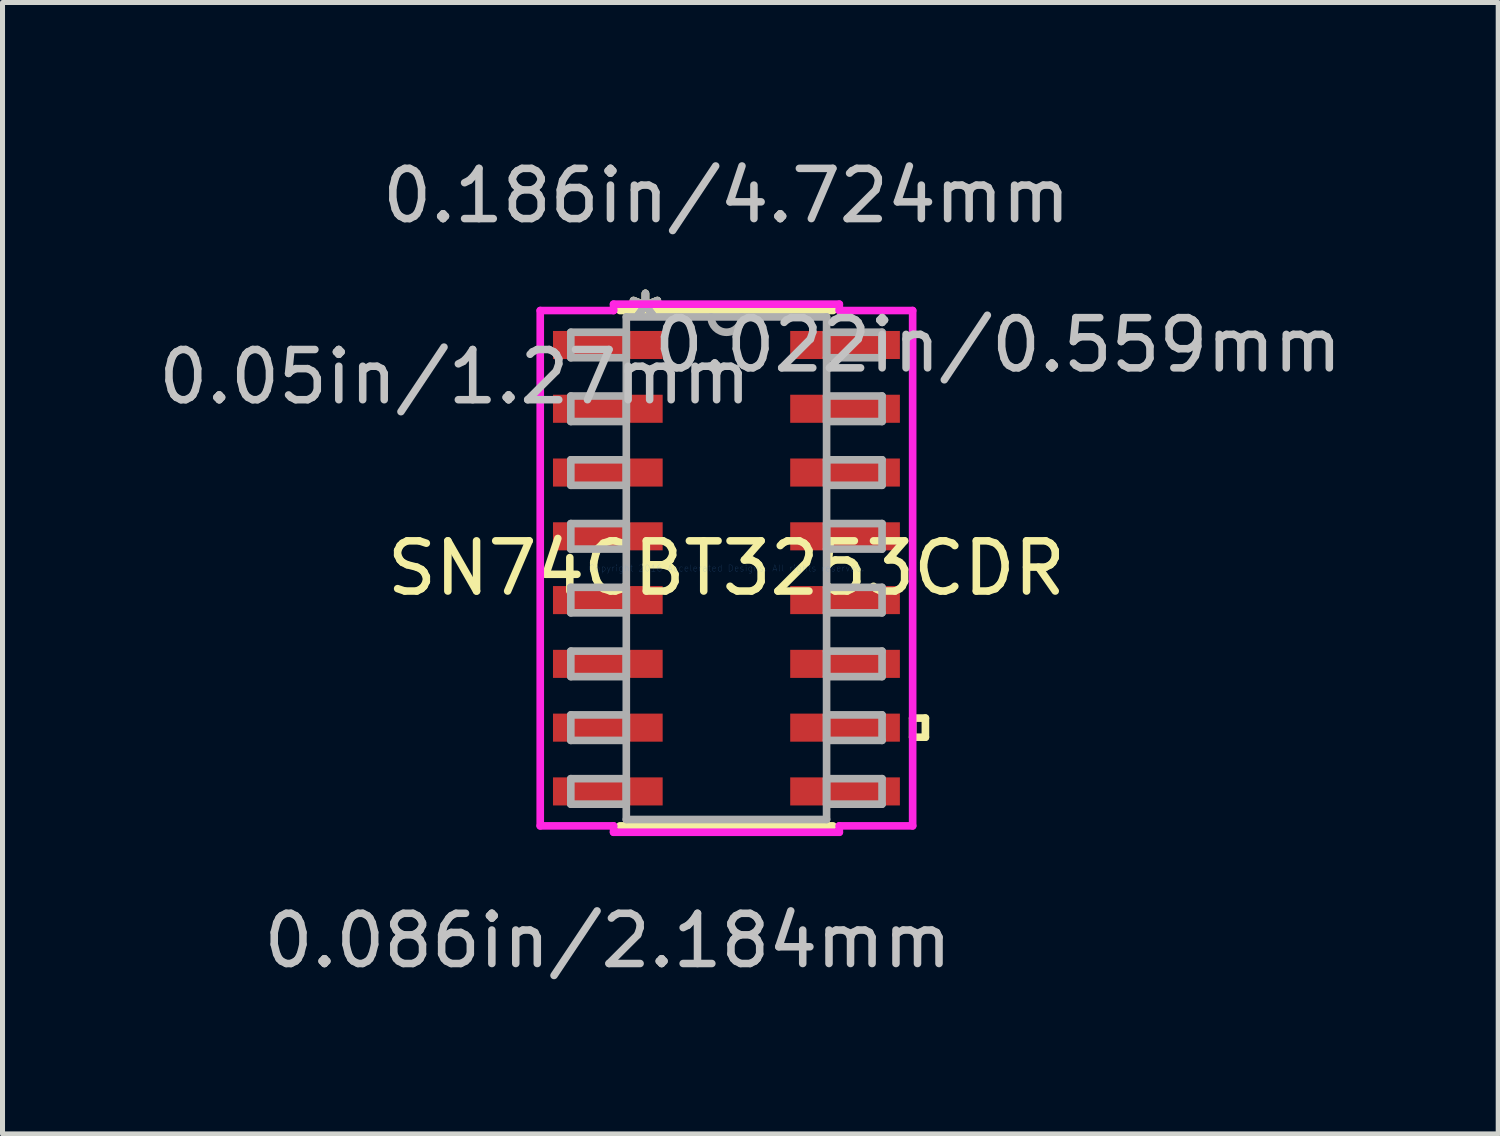
<source format=kicad_pcb>
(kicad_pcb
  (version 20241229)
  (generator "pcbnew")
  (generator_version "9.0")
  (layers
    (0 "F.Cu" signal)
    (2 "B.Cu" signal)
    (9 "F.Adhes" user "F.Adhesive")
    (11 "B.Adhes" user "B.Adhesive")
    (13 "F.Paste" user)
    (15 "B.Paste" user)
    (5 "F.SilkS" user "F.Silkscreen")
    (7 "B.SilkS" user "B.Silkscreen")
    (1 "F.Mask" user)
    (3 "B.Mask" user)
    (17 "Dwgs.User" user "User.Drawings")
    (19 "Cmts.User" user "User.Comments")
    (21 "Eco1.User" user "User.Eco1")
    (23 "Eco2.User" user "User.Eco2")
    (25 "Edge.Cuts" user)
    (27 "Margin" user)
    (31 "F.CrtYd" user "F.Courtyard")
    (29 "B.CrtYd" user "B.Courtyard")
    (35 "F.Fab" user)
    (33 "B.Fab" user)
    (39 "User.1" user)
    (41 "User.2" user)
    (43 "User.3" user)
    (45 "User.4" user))
  (footprint "SN74CBT3253CDR"
    (layer "F.Cu")
    (at 11.416 8.265)
    (property "Reference" "SN74CBT3253CDR" (at 0 0 0) (layer "F.SilkS") (effects (font (size 1 1) (thickness 0.15))))
    (attr through_hole)
    (fp_line (start -2.121 5.131) (end 2.121 5.131) (stroke (width 0.152) (type solid)) (layer "F.SilkS"))
    (fp_line (start 2.121 -5.131) (end -2.121 -5.131) (stroke (width 0.152) (type solid)) (layer "F.SilkS"))
    (fp_line (start 3.708 2.985) (end 3.962 2.985) (stroke (width 0.152) (type solid)) (layer "F.SilkS"))
    (fp_line (start 3.708 3.365) (end 3.708 2.985) (stroke (width 0.152) (type solid)) (layer "F.SilkS"))
    (fp_line (start 3.962 2.985) (end 3.962 3.365) (stroke (width 0.152) (type solid)) (layer "F.SilkS"))
    (fp_line (start 3.962 3.365) (end 3.708 3.365) (stroke (width 0.152) (type solid)) (layer "F.SilkS"))
    (fp_line (start -3.708 -5.131) (end -2.248 -5.131) (stroke (width 0.152) (type solid)) (layer "F.CrtYd"))
    (fp_line (start -3.708 5.131) (end -3.708 -5.131) (stroke (width 0.152) (type solid)) (layer "F.CrtYd"))
    (fp_line (start -2.248 -5.258) (end 2.248 -5.258) (stroke (width 0.152) (type solid)) (layer "F.CrtYd"))
    (fp_line (start -2.248 -5.131) (end -2.248 -5.258) (stroke (width 0.152) (type solid)) (layer "F.CrtYd"))
    (fp_line (start -2.248 5.131) (end -3.708 5.131) (stroke (width 0.152) (type solid)) (layer "F.CrtYd"))
    (fp_line (start -2.248 5.258) (end -2.248 5.131) (stroke (width 0.152) (type solid)) (layer "F.CrtYd"))
    (fp_line (start 2.248 -5.258) (end 2.248 -5.131) (stroke (width 0.152) (type solid)) (layer "F.CrtYd"))
    (fp_line (start 2.248 -5.131) (end 3.708 -5.131) (stroke (width 0.152) (type solid)) (layer "F.CrtYd"))
    (fp_line (start 2.248 5.131) (end 2.248 5.258) (stroke (width 0.152) (type solid)) (layer "F.CrtYd"))
    (fp_line (start 2.248 5.258) (end -2.248 5.258) (stroke (width 0.152) (type solid)) (layer "F.CrtYd"))
    (fp_line (start 3.708 -5.131) (end 3.708 5.131) (stroke (width 0.152) (type solid)) (layer "F.CrtYd"))
    (fp_line (start 3.708 5.131) (end 2.248 5.131) (stroke (width 0.152) (type solid)) (layer "F.CrtYd"))
    (fp_line (start -3.099 -4.699) (end -3.099 -4.191) (stroke (width 0.152) (type solid)) (layer "F.Fab"))
    (fp_line (start -3.099 -4.191) (end -1.994 -4.191) (stroke (width 0.152) (type solid)) (layer "F.Fab"))
    (fp_line (start -3.099 -3.429) (end -3.099 -2.921) (stroke (width 0.152) (type solid)) (layer "F.Fab"))
    (fp_line (start -3.099 -2.921) (end -1.994 -2.921) (stroke (width 0.152) (type solid)) (layer "F.Fab"))
    (fp_line (start -3.099 -2.159) (end -3.099 -1.651) (stroke (width 0.152) (type solid)) (layer "F.Fab"))
    (fp_line (start -3.099 -1.651) (end -1.994 -1.651) (stroke (width 0.152) (type solid)) (layer "F.Fab"))
    (fp_line (start -3.099 -0.889) (end -3.099 -0.381) (stroke (width 0.152) (type solid)) (layer "F.Fab"))
    (fp_line (start -3.099 -0.381) (end -1.994 -0.381) (stroke (width 0.152) (type solid)) (layer "F.Fab"))
    (fp_line (start -3.099 0.381) (end -3.099 0.889) (stroke (width 0.152) (type solid)) (layer "F.Fab"))
    (fp_line (start -3.099 0.889) (end -1.994 0.889) (stroke (width 0.152) (type solid)) (layer "F.Fab"))
    (fp_line (start -3.099 1.651) (end -3.099 2.159) (stroke (width 0.152) (type solid)) (layer "F.Fab"))
    (fp_line (start -3.099 2.159) (end -1.994 2.159) (stroke (width 0.152) (type solid)) (layer "F.Fab"))
    (fp_line (start -3.099 2.921) (end -3.099 3.429) (stroke (width 0.152) (type solid)) (layer "F.Fab"))
    (fp_line (start -3.099 3.429) (end -1.994 3.429) (stroke (width 0.152) (type solid)) (layer "F.Fab"))
    (fp_line (start -3.099 4.191) (end -3.099 4.699) (stroke (width 0.152) (type solid)) (layer "F.Fab"))
    (fp_line (start -3.099 4.699) (end -1.994 4.699) (stroke (width 0.152) (type solid)) (layer "F.Fab"))
    (fp_line (start -1.994 -5.004) (end -1.994 5.004) (stroke (width 0.152) (type solid)) (layer "F.Fab"))
    (fp_line (start -1.994 -4.699) (end -3.099 -4.699) (stroke (width 0.152) (type solid)) (layer "F.Fab"))
    (fp_line (start -1.994 -4.191) (end -1.994 -4.699) (stroke (width 0.152) (type solid)) (layer "F.Fab"))
    (fp_line (start -1.994 -3.429) (end -3.099 -3.429) (stroke (width 0.152) (type solid)) (layer "F.Fab"))
    (fp_line (start -1.994 -2.921) (end -1.994 -3.429) (stroke (width 0.152) (type solid)) (layer "F.Fab"))
    (fp_line (start -1.994 -2.159) (end -3.099 -2.159) (stroke (width 0.152) (type solid)) (layer "F.Fab"))
    (fp_line (start -1.994 -1.651) (end -1.994 -2.159) (stroke (width 0.152) (type solid)) (layer "F.Fab"))
    (fp_line (start -1.994 -0.889) (end -3.099 -0.889) (stroke (width 0.152) (type solid)) (layer "F.Fab"))
    (fp_line (start -1.994 -0.381) (end -1.994 -0.889) (stroke (width 0.152) (type solid)) (layer "F.Fab"))
    (fp_line (start -1.994 0.381) (end -3.099 0.381) (stroke (width 0.152) (type solid)) (layer "F.Fab"))
    (fp_line (start -1.994 0.889) (end -1.994 0.381) (stroke (width 0.152) (type solid)) (layer "F.Fab"))
    (fp_line (start -1.994 1.651) (end -3.099 1.651) (stroke (width 0.152) (type solid)) (layer "F.Fab"))
    (fp_line (start -1.994 2.159) (end -1.994 1.651) (stroke (width 0.152) (type solid)) (layer "F.Fab"))
    (fp_line (start -1.994 2.921) (end -3.099 2.921) (stroke (width 0.152) (type solid)) (layer "F.Fab"))
    (fp_line (start -1.994 3.429) (end -1.994 2.921) (stroke (width 0.152) (type solid)) (layer "F.Fab"))
    (fp_line (start -1.994 4.191) (end -3.099 4.191) (stroke (width 0.152) (type solid)) (layer "F.Fab"))
    (fp_line (start -1.994 4.699) (end -1.994 4.191) (stroke (width 0.152) (type solid)) (layer "F.Fab"))
    (fp_line (start -1.994 5.004) (end 1.994 5.004) (stroke (width 0.152) (type solid)) (layer "F.Fab"))
    (fp_line (start 1.994 -5.004) (end -1.994 -5.004) (stroke (width 0.152) (type solid)) (layer "F.Fab"))
    (fp_line (start 1.994 -4.699) (end 1.994 -4.191) (stroke (width 0.152) (type solid)) (layer "F.Fab"))
    (fp_line (start 1.994 -4.191) (end 3.099 -4.191) (stroke (width 0.152) (type solid)) (layer "F.Fab"))
    (fp_line (start 1.994 -3.429) (end 1.994 -2.921) (stroke (width 0.152) (type solid)) (layer "F.Fab"))
    (fp_line (start 1.994 -2.921) (end 3.099 -2.921) (stroke (width 0.152) (type solid)) (layer "F.Fab"))
    (fp_line (start 1.994 -2.159) (end 1.994 -1.651) (stroke (width 0.152) (type solid)) (layer "F.Fab"))
    (fp_line (start 1.994 -1.651) (end 3.099 -1.651) (stroke (width 0.152) (type solid)) (layer "F.Fab"))
    (fp_line (start 1.994 -0.889) (end 1.994 -0.381) (stroke (width 0.152) (type solid)) (layer "F.Fab"))
    (fp_line (start 1.994 -0.381) (end 3.099 -0.381) (stroke (width 0.152) (type solid)) (layer "F.Fab"))
    (fp_line (start 1.994 0.381) (end 1.994 0.889) (stroke (width 0.152) (type solid)) (layer "F.Fab"))
    (fp_line (start 1.994 0.889) (end 3.099 0.889) (stroke (width 0.152) (type solid)) (layer "F.Fab"))
    (fp_line (start 1.994 1.651) (end 1.994 2.159) (stroke (width 0.152) (type solid)) (layer "F.Fab"))
    (fp_line (start 1.994 2.159) (end 3.099 2.159) (stroke (width 0.152) (type solid)) (layer "F.Fab"))
    (fp_line (start 1.994 2.921) (end 1.994 3.429) (stroke (width 0.152) (type solid)) (layer "F.Fab"))
    (fp_line (start 1.994 3.429) (end 3.099 3.429) (stroke (width 0.152) (type solid)) (layer "F.Fab"))
    (fp_line (start 1.994 4.191) (end 1.994 4.699) (stroke (width 0.152) (type solid)) (layer "F.Fab"))
    (fp_line (start 1.994 4.699) (end 3.099 4.699) (stroke (width 0.152) (type solid)) (layer "F.Fab"))
    (fp_line (start 1.994 5.004) (end 1.994 -5.004) (stroke (width 0.152) (type solid)) (layer "F.Fab"))
    (fp_line (start 3.099 -4.699) (end 1.994 -4.699) (stroke (width 0.152) (type solid)) (layer "F.Fab"))
    (fp_line (start 3.099 -4.191) (end 3.099 -4.699) (stroke (width 0.152) (type solid)) (layer "F.Fab"))
    (fp_line (start 3.099 -3.429) (end 1.994 -3.429) (stroke (width 0.152) (type solid)) (layer "F.Fab"))
    (fp_line (start 3.099 -2.921) (end 3.099 -3.429) (stroke (width 0.152) (type solid)) (layer "F.Fab"))
    (fp_line (start 3.099 -2.159) (end 1.994 -2.159) (stroke (width 0.152) (type solid)) (layer "F.Fab"))
    (fp_line (start 3.099 -1.651) (end 3.099 -2.159) (stroke (width 0.152) (type solid)) (layer "F.Fab"))
    (fp_line (start 3.099 -0.889) (end 1.994 -0.889) (stroke (width 0.152) (type solid)) (layer "F.Fab"))
    (fp_line (start 3.099 -0.381) (end 3.099 -0.889) (stroke (width 0.152) (type solid)) (layer "F.Fab"))
    (fp_line (start 3.099 0.381) (end 1.994 0.381) (stroke (width 0.152) (type solid)) (layer "F.Fab"))
    (fp_line (start 3.099 0.889) (end 3.099 0.381) (stroke (width 0.152) (type solid)) (layer "F.Fab"))
    (fp_line (start 3.099 1.651) (end 1.994 1.651) (stroke (width 0.152) (type solid)) (layer "F.Fab"))
    (fp_line (start 3.099 2.159) (end 3.099 1.651) (stroke (width 0.152) (type solid)) (layer "F.Fab"))
    (fp_line (start 3.099 2.921) (end 1.994 2.921) (stroke (width 0.152) (type solid)) (layer "F.Fab"))
    (fp_line (start 3.099 3.429) (end 3.099 2.921) (stroke (width 0.152) (type solid)) (layer "F.Fab"))
    (fp_line (start 3.099 4.191) (end 1.994 4.191) (stroke (width 0.152) (type solid)) (layer "F.Fab"))
    (fp_line (start 3.099 4.699) (end 3.099 4.191) (stroke (width 0.152) (type solid)) (layer "F.Fab"))
    (fp_arc (start 0.3048 -5.0038) (mid 0 -4.699) (end -0.3048 -5.0038) (stroke (width 0.1524) (type solid)) (layer "F.Fab"))
    (fp_text user "*" (at -1.613 -4.928 0) (layer "F.SilkS") (effects (font (size 1 1) (thickness 0.15))))
    (fp_text user "*" (at -1.613 -4.928 0) (layer "F.SilkS") (effects (font (size 1 1) (thickness 0.15))))
    (fp_text user "0.086in/2.184mm" (at -2.362 7.417 0) (layer "Dwgs.User") (effects (font (size 1 1) (thickness 0.15))))
    (fp_text user "0.05in/1.27mm" (at -5.41 -3.81 0) (layer "Dwgs.User") (effects (font (size 1 1) (thickness 0.15))))
    (fp_text user "0.022in/0.559mm" (at 5.41 -4.445 0) (layer "Dwgs.User") (effects (font (size 1 1) (thickness 0.15))))
    (fp_text user "0.186in/4.724mm" (at 0 -7.417 0) (layer "Dwgs.User") (effects (font (size 1 1) (thickness 0.15))))
    (fp_text user "Copyright 2016 Accelerated Designs. All rights reserved." (at 0 0 0) (layer "Cmts.User") (effects (font (size 0.127 0.127) (thickness 0.002))))
    (fp_text user "*" (at -1.613 -4.928 0) (layer "F.Fab") (effects (font (size 1 1) (thickness 0.15))))
    (fp_text user "*" (at -1.613 -4.928 0) (layer "F.Fab") (effects (font (size 1 1) (thickness 0.15))))
    (pad "1" smd rect (at -2.362 -4.445) (size 2.184 0.559) (layers "F.Cu" "F.Mask" "F.Paste"))
    (pad "2" smd rect (at -2.362 -3.175) (size 2.184 0.559) (layers "F.Cu" "F.Mask" "F.Paste"))
    (pad "3" smd rect (at -2.362 -1.905) (size 2.184 0.559) (layers "F.Cu" "F.Mask" "F.Paste"))
    (pad "4" smd rect (at -2.362 -0.635) (size 2.184 0.559) (layers "F.Cu" "F.Mask" "F.Paste"))
    (pad "5" smd rect (at -2.362 0.635) (size 2.184 0.559) (layers "F.Cu" "F.Mask" "F.Paste"))
    (pad "6" smd rect (at -2.362 1.905) (size 2.184 0.559) (layers "F.Cu" "F.Mask" "F.Paste"))
    (pad "7" smd rect (at -2.362 3.175) (size 2.184 0.559) (layers "F.Cu" "F.Mask" "F.Paste"))
    (pad "8" smd rect (at -2.362 4.445) (size 2.184 0.559) (layers "F.Cu" "F.Mask" "F.Paste"))
    (pad "9" smd rect (at 2.362 4.445) (size 2.184 0.559) (layers "F.Cu" "F.Mask" "F.Paste"))
    (pad "10" smd rect (at 2.362 3.175) (size 2.184 0.559) (layers "F.Cu" "F.Mask" "F.Paste"))
    (pad "11" smd rect (at 2.362 1.905) (size 2.184 0.559) (layers "F.Cu" "F.Mask" "F.Paste"))
    (pad "12" smd rect (at 2.362 0.635) (size 2.184 0.559) (layers "F.Cu" "F.Mask" "F.Paste"))
    (pad "13" smd rect (at 2.362 -0.635) (size 2.184 0.559) (layers "F.Cu" "F.Mask" "F.Paste"))
    (pad "14" smd rect (at 2.362 -1.905) (size 2.184 0.559) (layers "F.Cu" "F.Mask" "F.Paste"))
    (pad "15" smd rect (at 2.362 -3.175) (size 2.184 0.559) (layers "F.Cu" "F.Mask" "F.Paste"))
    (pad "16" smd rect (at 2.362 -4.445) (size 2.184 0.559) (layers "F.Cu" "F.Mask" "F.Paste")))
  (gr_rect
    (start -3 -3)
    (end 26.785 19.53)
    (stroke (width 0.1) (type default))
    (fill no)
    (layer "Edge.Cuts")))
</source>
